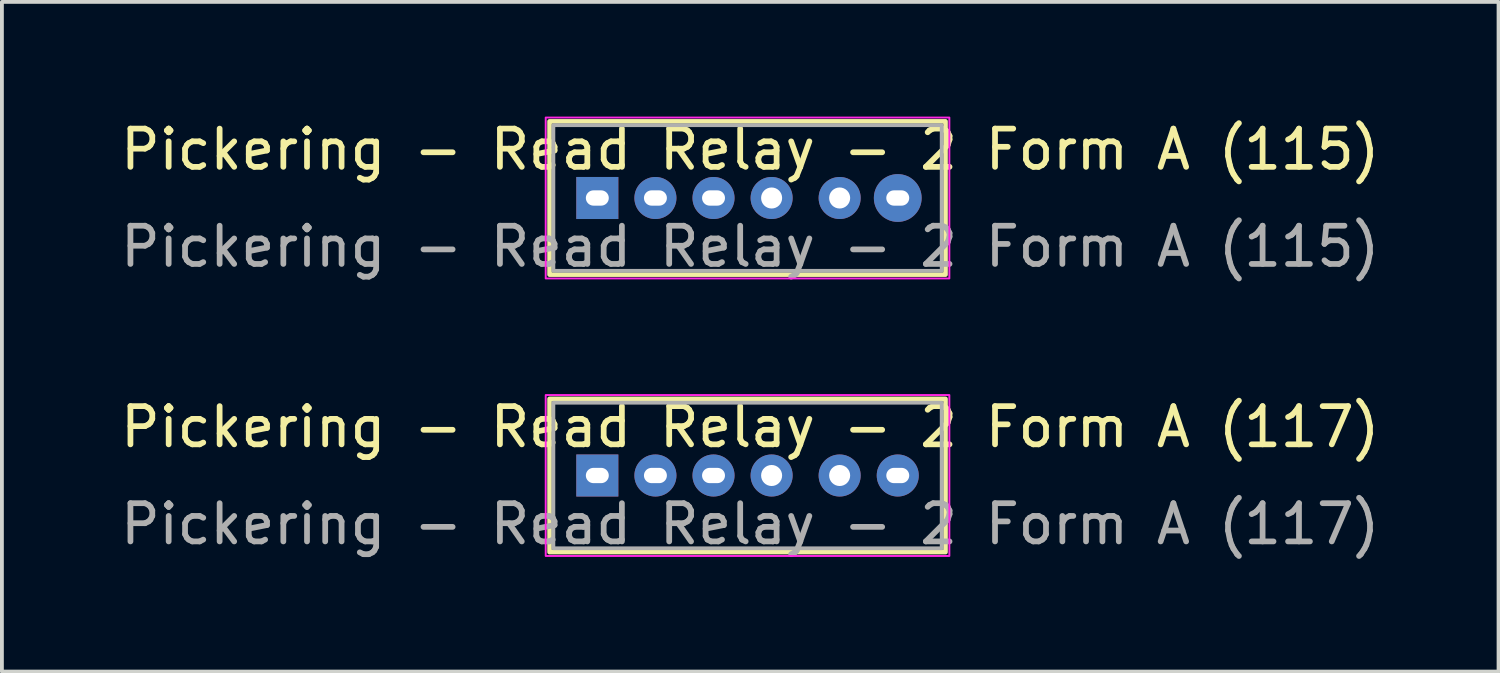
<source format=kicad_pcb>
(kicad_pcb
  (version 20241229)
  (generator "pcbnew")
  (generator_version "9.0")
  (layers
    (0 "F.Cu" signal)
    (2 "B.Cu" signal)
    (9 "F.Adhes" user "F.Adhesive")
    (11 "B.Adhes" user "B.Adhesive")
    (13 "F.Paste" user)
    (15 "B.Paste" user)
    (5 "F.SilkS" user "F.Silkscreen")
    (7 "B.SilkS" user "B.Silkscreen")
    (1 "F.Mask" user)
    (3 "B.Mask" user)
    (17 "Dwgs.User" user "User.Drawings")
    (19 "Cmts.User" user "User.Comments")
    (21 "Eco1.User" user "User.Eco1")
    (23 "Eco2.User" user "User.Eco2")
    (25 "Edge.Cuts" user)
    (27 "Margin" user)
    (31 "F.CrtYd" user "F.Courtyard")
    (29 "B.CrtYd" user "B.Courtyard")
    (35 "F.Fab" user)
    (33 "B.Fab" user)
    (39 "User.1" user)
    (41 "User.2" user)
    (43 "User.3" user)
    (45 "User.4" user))
  (footprint "Pickering - Read Relay - 2 Form A (117)"
    (layer "F.Cu")
    (at 12.577 9.39)
    (property "Reference" "Pickering - Read Relay - 2 Form A (117)" (at 4 -1.27 0) (unlocked yes) (layer "F.SilkS") (effects (font (size 1 1) (thickness 0.15))))
    (attr through_hole)
    (fp_rect (start -1.25 -2.005) (end 9.11 2.005) (stroke (width 0.12) (type solid)) (fill no) (layer "F.SilkS"))
    (fp_rect (start -1.35 2.105) (end 9.21 -2.105) (stroke (width 0.05) (type solid)) (fill no) (layer "F.CrtYd"))
    (fp_rect (start -1.15 1.905) (end 9.01 -1.905) (stroke (width 0.1) (type solid)) (fill no) (layer "F.Fab"))
    (fp_text user "${REFERENCE}" (at 4 1.27 0) (unlocked yes) (layer "F.Fab") (effects (font (size 1 1) (thickness 0.15))))
    (pad "1" thru_hole rect (at 0 0) (size 1.1 1.1) (drill oval 0.6 0.4) (layers "*.Cu" "*.Mask"))
    (pad "2" thru_hole circle (at 1.52 0) (size 1.1 1.1) (drill oval 0.6 0.4) (layers "*.Cu" "*.Mask"))
    (pad "3" thru_hole circle (at 3.04 0) (size 1.1 1.1) (drill oval 0.6 0.4) (layers "*.Cu" "*.Mask"))
    (pad "4" thru_hole circle (at 4.56 0) (size 1.1 1.1) (drill 0.55) (layers "*.Cu" "*.Mask"))
    (pad "5" thru_hole circle (at 6.34 0) (size 1.1 1.1) (drill 0.55) (layers "*.Cu" "*.Mask"))
    (pad "6" thru_hole circle (at 7.86 0) (size 1.1 1.1) (drill oval 0.6 0.4) (layers "*.Cu" "*.Mask")))
  (footprint "Pickering - Read Relay - 2 Form A (115)"
    (layer "F.Cu")
    (at 12.577 2.13)
    (property "Reference" "Pickering - Read Relay - 2 Form A (115)" (at 4 -1.27 0) (unlocked yes) (layer "F.SilkS") (effects (font (size 1 1) (thickness 0.15))))
    (attr through_hole)
    (fp_rect (start -1.25 -2.005) (end 9.11 2.005) (stroke (width 0.12) (type solid)) (fill no) (layer "F.SilkS"))
    (fp_rect (start -1.35 2.105) (end 9.21 -2.105) (stroke (width 0.05) (type solid)) (fill no) (layer "F.CrtYd"))
    (fp_rect (start -1.15 1.905) (end 9.01 -1.905) (stroke (width 0.1) (type solid)) (fill no) (layer "F.Fab"))
    (fp_text user "${REFERENCE}" (at 4 1.27 0) (unlocked yes) (layer "F.Fab") (effects (font (size 1 1) (thickness 0.15))))
    (pad "1" thru_hole rect (at 0 0) (size 1.1 1.1) (drill oval 0.6 0.4) (layers "*.Cu" "*.Mask"))
    (pad "2" thru_hole circle (at 1.52 0) (size 1.1 1.1) (drill oval 0.6 0.4) (layers "*.Cu" "*.Mask"))
    (pad "3" thru_hole circle (at 3.04 0) (size 1.1 1.1) (drill oval 0.6 0.4) (layers "*.Cu" "*.Mask"))
    (pad "4" thru_hole circle (at 4.56 0) (size 1.1 1.1) (drill 0.55) (layers "*.Cu" "*.Mask"))
    (pad "5" thru_hole circle (at 6.34 0) (size 1.1 1.1) (drill 0.55) (layers "*.Cu" "*.Mask"))
    (pad "6" thru_hole circle (at 7.86 0) (size 1.25 1.25) (drill oval 0.6 0.4) (layers "*.Cu" "*.Mask")))
  (gr_rect
    (start -3 -3)
    (end 36.155 14.52)
    (stroke (width 0.1) (type default))
    (fill no)
    (layer "Edge.Cuts")))
</source>
